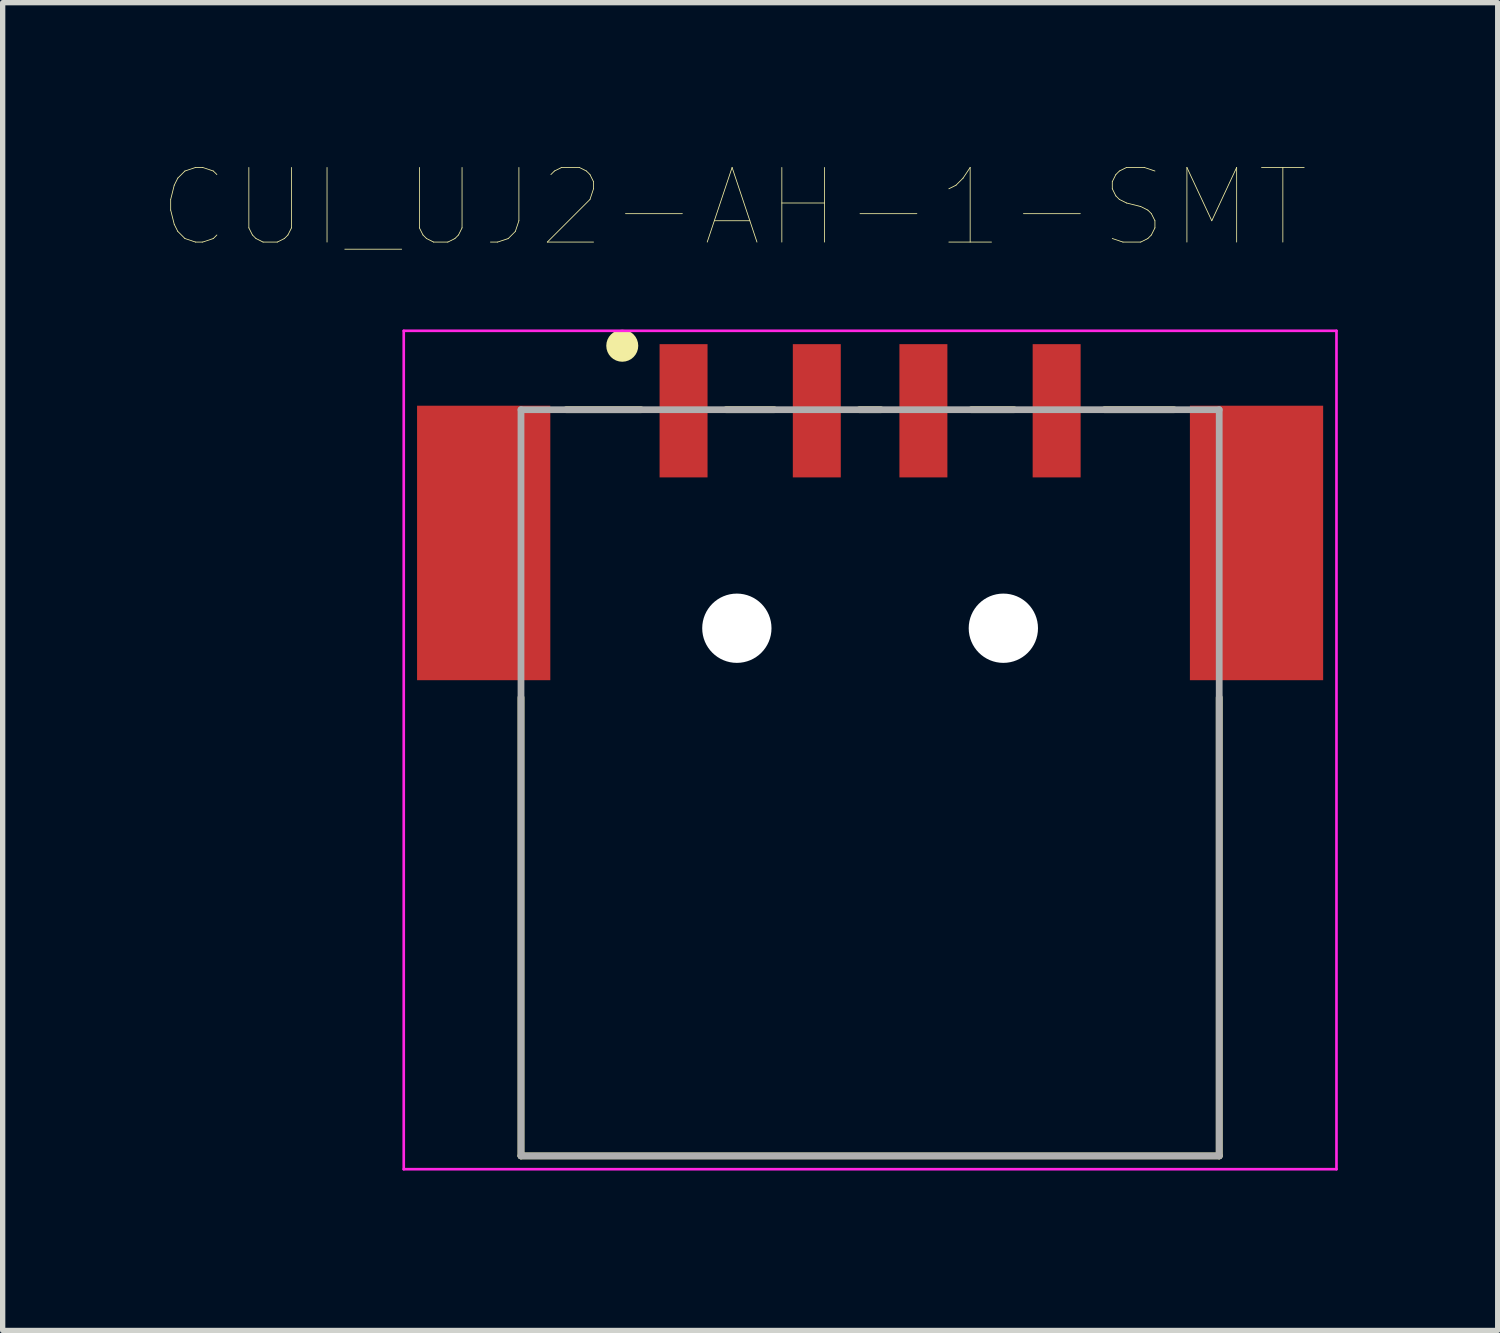
<source format=kicad_pcb>
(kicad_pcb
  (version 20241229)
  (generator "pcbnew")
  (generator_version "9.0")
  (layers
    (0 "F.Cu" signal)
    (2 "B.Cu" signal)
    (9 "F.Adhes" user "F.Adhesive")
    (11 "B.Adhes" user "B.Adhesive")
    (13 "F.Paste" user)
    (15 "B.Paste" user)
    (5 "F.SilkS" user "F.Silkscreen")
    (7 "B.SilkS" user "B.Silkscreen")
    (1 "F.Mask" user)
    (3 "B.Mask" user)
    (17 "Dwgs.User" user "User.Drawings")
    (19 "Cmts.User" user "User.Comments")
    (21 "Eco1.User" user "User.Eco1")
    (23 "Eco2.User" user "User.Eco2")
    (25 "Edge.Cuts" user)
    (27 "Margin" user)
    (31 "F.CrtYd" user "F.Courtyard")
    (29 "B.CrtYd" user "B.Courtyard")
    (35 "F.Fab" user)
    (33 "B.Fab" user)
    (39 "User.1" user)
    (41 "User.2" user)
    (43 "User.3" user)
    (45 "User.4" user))
  (footprint "CUI_UJ2-AH-1-SMT"
    (layer "F.Cu")
    (at 13.275 8.737)
    (property "Reference" "CUI_UJ2-AH-1-SMT" (at -2.556 -7.892 0) (layer "F.SilkS") (effects (font (size 1.4 1.4) (thickness 0.015))))
    (attr through_hole)
    (fp_line (start -6.55 1.3) (end -6.55 9.9) (stroke (width 0.127) (type solid)) (layer "F.SilkS"))
    (fp_line (start -6.55 9.9) (end 6.55 9.9) (stroke (width 0.127) (type solid)) (layer "F.SilkS"))
    (fp_line (start -4.3 -4.1) (end -5.7 -4.1) (stroke (width 0.127) (type solid)) (layer "F.SilkS"))
    (fp_line (start -2.7 -4.1) (end -1.8 -4.1) (stroke (width 0.127) (type solid)) (layer "F.SilkS"))
    (fp_line (start -0.2 -4.1) (end 0.2 -4.1) (stroke (width 0.127) (type solid)) (layer "F.SilkS"))
    (fp_line (start 1.9 -4.1) (end 2.7 -4.1) (stroke (width 0.127) (type solid)) (layer "F.SilkS"))
    (fp_line (start 4.4 -4.1) (end 5.7 -4.1) (stroke (width 0.127) (type solid)) (layer "F.SilkS"))
    (fp_line (start 6.55 9.9) (end 6.55 1.3) (stroke (width 0.127) (type solid)) (layer "F.SilkS"))
    (fp_circle (center -4.65 -5.3) (end -4.5 -5.3) (stroke (width 0.3) (type solid)) (fill no) (layer "F.SilkS"))
    (fp_line (start -8.75 -5.58) (end 8.75 -5.58) (stroke (width 0.05) (type solid)) (layer "F.CrtYd"))
    (fp_line (start -8.75 10.15) (end -8.75 -5.58) (stroke (width 0.05) (type solid)) (layer "F.CrtYd"))
    (fp_line (start 8.75 -5.58) (end 8.75 10.15) (stroke (width 0.05) (type solid)) (layer "F.CrtYd"))
    (fp_line (start 8.75 10.15) (end -8.75 10.15) (stroke (width 0.05) (type solid)) (layer "F.CrtYd"))
    (fp_line (start -6.55 -4.1) (end 6.55 -4.1) (stroke (width 0.127) (type solid)) (layer "F.Fab"))
    (fp_line (start -6.55 9.9) (end -6.55 -4.1) (stroke (width 0.127) (type solid)) (layer "F.Fab"))
    (fp_line (start 6.55 -4.1) (end 6.55 9.9) (stroke (width 0.127) (type solid)) (layer "F.Fab"))
    (fp_line (start 6.55 9.9) (end -6.55 9.9) (stroke (width 0.127) (type solid)) (layer "F.Fab"))
    (pad "" np_thru_hole circle (at -2.5 0) (size 1.3 1.3) (drill 1.3) (layers "*.Cu" "*.Mask"))
    (pad "" np_thru_hole circle (at 2.5 0) (size 1.3 1.3) (drill 1.3) (layers "*.Cu" "*.Mask"))
    (pad "1" smd rect (at -3.5 -4.08) (size 0.9 2.5) (layers "F.Cu" "F.Mask" "F.Paste"))
    (pad "2" smd rect (at -1 -4.08) (size 0.9 2.5) (layers "F.Cu" "F.Mask" "F.Paste"))
    (pad "3" smd rect (at 1 -4.08) (size 0.9 2.5) (layers "F.Cu" "F.Mask" "F.Paste"))
    (pad "4" smd rect (at 3.5 -4.08) (size 0.9 2.5) (layers "F.Cu" "F.Mask" "F.Paste"))
    (pad "S1" smd rect (at -7.25 -1.6) (size 2.5 5.15) (layers "F.Cu" "F.Mask" "F.Paste"))
    (pad "S2" smd rect (at 7.25 -1.6) (size 2.5 5.15) (layers "F.Cu" "F.Mask" "F.Paste")))
  (gr_rect
    (start -3 -3)
    (end 25.05 21.912)
    (stroke (width 0.1) (type default))
    (fill no)
    (layer "Edge.Cuts")))
</source>
